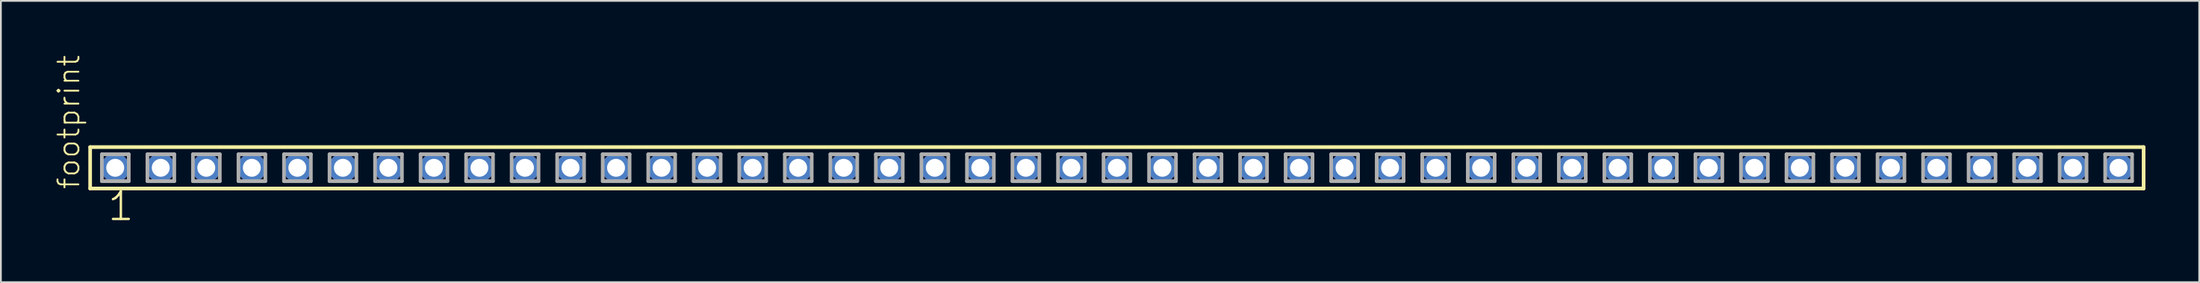
<source format=kicad_pcb>
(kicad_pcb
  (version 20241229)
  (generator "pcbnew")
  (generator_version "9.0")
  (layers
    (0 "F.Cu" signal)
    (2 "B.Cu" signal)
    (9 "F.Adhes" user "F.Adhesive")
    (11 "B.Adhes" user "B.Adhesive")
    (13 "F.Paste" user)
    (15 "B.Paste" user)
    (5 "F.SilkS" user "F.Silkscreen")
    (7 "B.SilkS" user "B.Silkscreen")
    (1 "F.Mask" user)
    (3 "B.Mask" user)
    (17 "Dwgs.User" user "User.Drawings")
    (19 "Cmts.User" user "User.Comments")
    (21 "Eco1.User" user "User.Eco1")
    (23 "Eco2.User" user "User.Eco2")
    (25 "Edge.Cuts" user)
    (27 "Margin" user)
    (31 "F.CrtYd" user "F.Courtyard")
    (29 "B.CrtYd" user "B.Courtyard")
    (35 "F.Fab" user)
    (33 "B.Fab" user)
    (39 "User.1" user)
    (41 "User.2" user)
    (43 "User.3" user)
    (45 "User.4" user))
  (footprint "footprint"
    (layer "F.Cu")
    (at 59.258 6.312)
    (property "Reference" "footprint" (at -57.785 1.27 90) (layer "F.SilkS") (effects (font (size 1.168 1.168) (thickness 0.102)) (justify left bottom)))
    (fp_line (start -57.279 -1.155) (end 57.279 -1.155) (stroke (width 0.203) (type solid)) (layer "F.SilkS"))
    (fp_line (start -57.279 1.155) (end -57.279 -1.155) (stroke (width 0.203) (type solid)) (layer "F.SilkS"))
    (fp_line (start 57.279 -1.155) (end 57.279 1.155) (stroke (width 0.203) (type solid)) (layer "F.SilkS"))
    (fp_line (start 57.279 1.155) (end -57.279 1.155) (stroke (width 0.203) (type solid)) (layer "F.SilkS"))
    (fp_line (start -56.625 -0.755) (end -55.125 -0.755) (stroke (width 0.203) (type solid)) (layer "F.Fab"))
    (fp_line (start -56.625 0.745) (end -56.625 -0.755) (stroke (width 0.203) (type solid)) (layer "F.Fab"))
    (fp_line (start -55.125 -0.755) (end -55.125 0.745) (stroke (width 0.203) (type solid)) (layer "F.Fab"))
    (fp_line (start -55.125 0.745) (end -56.625 0.745) (stroke (width 0.203) (type solid)) (layer "F.Fab"))
    (fp_line (start -54.085 -0.755) (end -52.585 -0.755) (stroke (width 0.203) (type solid)) (layer "F.Fab"))
    (fp_line (start -54.085 0.745) (end -54.085 -0.755) (stroke (width 0.203) (type solid)) (layer "F.Fab"))
    (fp_line (start -52.585 -0.755) (end -52.585 0.745) (stroke (width 0.203) (type solid)) (layer "F.Fab"))
    (fp_line (start -52.585 0.745) (end -54.085 0.745) (stroke (width 0.203) (type solid)) (layer "F.Fab"))
    (fp_line (start -51.545 -0.755) (end -50.045 -0.755) (stroke (width 0.203) (type solid)) (layer "F.Fab"))
    (fp_line (start -51.545 0.745) (end -51.545 -0.755) (stroke (width 0.203) (type solid)) (layer "F.Fab"))
    (fp_line (start -50.045 -0.755) (end -50.045 0.745) (stroke (width 0.203) (type solid)) (layer "F.Fab"))
    (fp_line (start -50.045 0.745) (end -51.545 0.745) (stroke (width 0.203) (type solid)) (layer "F.Fab"))
    (fp_line (start -49.005 -0.755) (end -47.505 -0.755) (stroke (width 0.203) (type solid)) (layer "F.Fab"))
    (fp_line (start -49.005 0.745) (end -49.005 -0.755) (stroke (width 0.203) (type solid)) (layer "F.Fab"))
    (fp_line (start -47.505 -0.755) (end -47.505 0.745) (stroke (width 0.203) (type solid)) (layer "F.Fab"))
    (fp_line (start -47.505 0.745) (end -49.005 0.745) (stroke (width 0.203) (type solid)) (layer "F.Fab"))
    (fp_line (start -46.465 -0.755) (end -44.965 -0.755) (stroke (width 0.203) (type solid)) (layer "F.Fab"))
    (fp_line (start -46.465 0.745) (end -46.465 -0.755) (stroke (width 0.203) (type solid)) (layer "F.Fab"))
    (fp_line (start -44.965 -0.755) (end -44.965 0.745) (stroke (width 0.203) (type solid)) (layer "F.Fab"))
    (fp_line (start -44.965 0.745) (end -46.465 0.745) (stroke (width 0.203) (type solid)) (layer "F.Fab"))
    (fp_line (start -43.925 -0.755) (end -42.425 -0.755) (stroke (width 0.203) (type solid)) (layer "F.Fab"))
    (fp_line (start -43.925 0.745) (end -43.925 -0.755) (stroke (width 0.203) (type solid)) (layer "F.Fab"))
    (fp_line (start -42.425 -0.755) (end -42.425 0.745) (stroke (width 0.203) (type solid)) (layer "F.Fab"))
    (fp_line (start -42.425 0.745) (end -43.925 0.745) (stroke (width 0.203) (type solid)) (layer "F.Fab"))
    (fp_line (start -41.385 -0.755) (end -39.885 -0.755) (stroke (width 0.203) (type solid)) (layer "F.Fab"))
    (fp_line (start -41.385 0.745) (end -41.385 -0.755) (stroke (width 0.203) (type solid)) (layer "F.Fab"))
    (fp_line (start -39.885 -0.755) (end -39.885 0.745) (stroke (width 0.203) (type solid)) (layer "F.Fab"))
    (fp_line (start -39.885 0.745) (end -41.385 0.745) (stroke (width 0.203) (type solid)) (layer "F.Fab"))
    (fp_line (start -38.845 -0.755) (end -37.345 -0.755) (stroke (width 0.203) (type solid)) (layer "F.Fab"))
    (fp_line (start -38.845 0.745) (end -38.845 -0.755) (stroke (width 0.203) (type solid)) (layer "F.Fab"))
    (fp_line (start -37.345 -0.755) (end -37.345 0.745) (stroke (width 0.203) (type solid)) (layer "F.Fab"))
    (fp_line (start -37.345 0.745) (end -38.845 0.745) (stroke (width 0.203) (type solid)) (layer "F.Fab"))
    (fp_line (start -36.305 -0.755) (end -34.805 -0.755) (stroke (width 0.203) (type solid)) (layer "F.Fab"))
    (fp_line (start -36.305 0.745) (end -36.305 -0.755) (stroke (width 0.203) (type solid)) (layer "F.Fab"))
    (fp_line (start -34.805 -0.755) (end -34.805 0.745) (stroke (width 0.203) (type solid)) (layer "F.Fab"))
    (fp_line (start -34.805 0.745) (end -36.305 0.745) (stroke (width 0.203) (type solid)) (layer "F.Fab"))
    (fp_line (start -33.765 -0.755) (end -32.265 -0.755) (stroke (width 0.203) (type solid)) (layer "F.Fab"))
    (fp_line (start -33.765 0.745) (end -33.765 -0.755) (stroke (width 0.203) (type solid)) (layer "F.Fab"))
    (fp_line (start -32.265 -0.755) (end -32.265 0.745) (stroke (width 0.203) (type solid)) (layer "F.Fab"))
    (fp_line (start -32.265 0.745) (end -33.765 0.745) (stroke (width 0.203) (type solid)) (layer "F.Fab"))
    (fp_line (start -31.225 -0.755) (end -29.725 -0.755) (stroke (width 0.203) (type solid)) (layer "F.Fab"))
    (fp_line (start -31.225 0.745) (end -31.225 -0.755) (stroke (width 0.203) (type solid)) (layer "F.Fab"))
    (fp_line (start -29.725 -0.755) (end -29.725 0.745) (stroke (width 0.203) (type solid)) (layer "F.Fab"))
    (fp_line (start -29.725 0.745) (end -31.225 0.745) (stroke (width 0.203) (type solid)) (layer "F.Fab"))
    (fp_line (start -28.685 -0.755) (end -27.185 -0.755) (stroke (width 0.203) (type solid)) (layer "F.Fab"))
    (fp_line (start -28.685 0.745) (end -28.685 -0.755) (stroke (width 0.203) (type solid)) (layer "F.Fab"))
    (fp_line (start -27.185 -0.755) (end -27.185 0.745) (stroke (width 0.203) (type solid)) (layer "F.Fab"))
    (fp_line (start -27.185 0.745) (end -28.685 0.745) (stroke (width 0.203) (type solid)) (layer "F.Fab"))
    (fp_line (start -26.145 -0.755) (end -24.645 -0.755) (stroke (width 0.203) (type solid)) (layer "F.Fab"))
    (fp_line (start -26.145 0.745) (end -26.145 -0.755) (stroke (width 0.203) (type solid)) (layer "F.Fab"))
    (fp_line (start -24.645 -0.755) (end -24.645 0.745) (stroke (width 0.203) (type solid)) (layer "F.Fab"))
    (fp_line (start -24.645 0.745) (end -26.145 0.745) (stroke (width 0.203) (type solid)) (layer "F.Fab"))
    (fp_line (start -23.605 -0.755) (end -22.105 -0.755) (stroke (width 0.203) (type solid)) (layer "F.Fab"))
    (fp_line (start -23.605 0.745) (end -23.605 -0.755) (stroke (width 0.203) (type solid)) (layer "F.Fab"))
    (fp_line (start -22.105 -0.755) (end -22.105 0.745) (stroke (width 0.203) (type solid)) (layer "F.Fab"))
    (fp_line (start -22.105 0.745) (end -23.605 0.745) (stroke (width 0.203) (type solid)) (layer "F.Fab"))
    (fp_line (start -21.065 -0.755) (end -19.565 -0.755) (stroke (width 0.203) (type solid)) (layer "F.Fab"))
    (fp_line (start -21.065 0.745) (end -21.065 -0.755) (stroke (width 0.203) (type solid)) (layer "F.Fab"))
    (fp_line (start -19.565 -0.755) (end -19.565 0.745) (stroke (width 0.203) (type solid)) (layer "F.Fab"))
    (fp_line (start -19.565 0.745) (end -21.065 0.745) (stroke (width 0.203) (type solid)) (layer "F.Fab"))
    (fp_line (start -18.525 -0.755) (end -17.025 -0.755) (stroke (width 0.203) (type solid)) (layer "F.Fab"))
    (fp_line (start -18.525 0.745) (end -18.525 -0.755) (stroke (width 0.203) (type solid)) (layer "F.Fab"))
    (fp_line (start -17.025 -0.755) (end -17.025 0.745) (stroke (width 0.203) (type solid)) (layer "F.Fab"))
    (fp_line (start -17.025 0.745) (end -18.525 0.745) (stroke (width 0.203) (type solid)) (layer "F.Fab"))
    (fp_line (start -15.985 -0.755) (end -14.485 -0.755) (stroke (width 0.203) (type solid)) (layer "F.Fab"))
    (fp_line (start -15.985 0.745) (end -15.985 -0.755) (stroke (width 0.203) (type solid)) (layer "F.Fab"))
    (fp_line (start -14.485 -0.755) (end -14.485 0.745) (stroke (width 0.203) (type solid)) (layer "F.Fab"))
    (fp_line (start -14.485 0.745) (end -15.985 0.745) (stroke (width 0.203) (type solid)) (layer "F.Fab"))
    (fp_line (start -13.445 -0.755) (end -11.945 -0.755) (stroke (width 0.203) (type solid)) (layer "F.Fab"))
    (fp_line (start -13.445 0.745) (end -13.445 -0.755) (stroke (width 0.203) (type solid)) (layer "F.Fab"))
    (fp_line (start -11.945 -0.755) (end -11.945 0.745) (stroke (width 0.203) (type solid)) (layer "F.Fab"))
    (fp_line (start -11.945 0.745) (end -13.445 0.745) (stroke (width 0.203) (type solid)) (layer "F.Fab"))
    (fp_line (start -10.905 -0.755) (end -9.405 -0.755) (stroke (width 0.203) (type solid)) (layer "F.Fab"))
    (fp_line (start -10.905 0.745) (end -10.905 -0.755) (stroke (width 0.203) (type solid)) (layer "F.Fab"))
    (fp_line (start -9.405 -0.755) (end -9.405 0.745) (stroke (width 0.203) (type solid)) (layer "F.Fab"))
    (fp_line (start -9.405 0.745) (end -10.905 0.745) (stroke (width 0.203) (type solid)) (layer "F.Fab"))
    (fp_line (start -8.365 -0.755) (end -6.865 -0.755) (stroke (width 0.203) (type solid)) (layer "F.Fab"))
    (fp_line (start -8.365 0.745) (end -8.365 -0.755) (stroke (width 0.203) (type solid)) (layer "F.Fab"))
    (fp_line (start -6.865 -0.755) (end -6.865 0.745) (stroke (width 0.203) (type solid)) (layer "F.Fab"))
    (fp_line (start -6.865 0.745) (end -8.365 0.745) (stroke (width 0.203) (type solid)) (layer "F.Fab"))
    (fp_line (start -5.825 -0.755) (end -4.325 -0.755) (stroke (width 0.203) (type solid)) (layer "F.Fab"))
    (fp_line (start -5.825 0.745) (end -5.825 -0.755) (stroke (width 0.203) (type solid)) (layer "F.Fab"))
    (fp_line (start -4.325 -0.755) (end -4.325 0.745) (stroke (width 0.203) (type solid)) (layer "F.Fab"))
    (fp_line (start -4.325 0.745) (end -5.825 0.745) (stroke (width 0.203) (type solid)) (layer "F.Fab"))
    (fp_line (start -3.285 -0.755) (end -1.785 -0.755) (stroke (width 0.203) (type solid)) (layer "F.Fab"))
    (fp_line (start -3.285 0.745) (end -3.285 -0.755) (stroke (width 0.203) (type solid)) (layer "F.Fab"))
    (fp_line (start -1.785 -0.755) (end -1.785 0.745) (stroke (width 0.203) (type solid)) (layer "F.Fab"))
    (fp_line (start -1.785 0.745) (end -3.285 0.745) (stroke (width 0.203) (type solid)) (layer "F.Fab"))
    (fp_line (start -0.745 -0.755) (end 0.755 -0.755) (stroke (width 0.203) (type solid)) (layer "F.Fab"))
    (fp_line (start -0.745 0.745) (end -0.745 -0.755) (stroke (width 0.203) (type solid)) (layer "F.Fab"))
    (fp_line (start 0.755 -0.755) (end 0.755 0.745) (stroke (width 0.203) (type solid)) (layer "F.Fab"))
    (fp_line (start 0.755 0.745) (end -0.745 0.745) (stroke (width 0.203) (type solid)) (layer "F.Fab"))
    (fp_line (start 1.795 -0.755) (end 3.295 -0.755) (stroke (width 0.203) (type solid)) (layer "F.Fab"))
    (fp_line (start 1.795 0.745) (end 1.795 -0.755) (stroke (width 0.203) (type solid)) (layer "F.Fab"))
    (fp_line (start 3.295 -0.755) (end 3.295 0.745) (stroke (width 0.203) (type solid)) (layer "F.Fab"))
    (fp_line (start 3.295 0.745) (end 1.795 0.745) (stroke (width 0.203) (type solid)) (layer "F.Fab"))
    (fp_line (start 4.335 -0.755) (end 5.835 -0.755) (stroke (width 0.203) (type solid)) (layer "F.Fab"))
    (fp_line (start 4.335 0.745) (end 4.335 -0.755) (stroke (width 0.203) (type solid)) (layer "F.Fab"))
    (fp_line (start 5.835 -0.755) (end 5.835 0.745) (stroke (width 0.203) (type solid)) (layer "F.Fab"))
    (fp_line (start 5.835 0.745) (end 4.335 0.745) (stroke (width 0.203) (type solid)) (layer "F.Fab"))
    (fp_line (start 6.875 -0.755) (end 8.375 -0.755) (stroke (width 0.203) (type solid)) (layer "F.Fab"))
    (fp_line (start 6.875 0.745) (end 6.875 -0.755) (stroke (width 0.203) (type solid)) (layer "F.Fab"))
    (fp_line (start 8.375 -0.755) (end 8.375 0.745) (stroke (width 0.203) (type solid)) (layer "F.Fab"))
    (fp_line (start 8.375 0.745) (end 6.875 0.745) (stroke (width 0.203) (type solid)) (layer "F.Fab"))
    (fp_line (start 9.415 -0.755) (end 10.915 -0.755) (stroke (width 0.203) (type solid)) (layer "F.Fab"))
    (fp_line (start 9.415 0.745) (end 9.415 -0.755) (stroke (width 0.203) (type solid)) (layer "F.Fab"))
    (fp_line (start 10.915 -0.755) (end 10.915 0.745) (stroke (width 0.203) (type solid)) (layer "F.Fab"))
    (fp_line (start 10.915 0.745) (end 9.415 0.745) (stroke (width 0.203) (type solid)) (layer "F.Fab"))
    (fp_line (start 11.955 -0.755) (end 13.455 -0.755) (stroke (width 0.203) (type solid)) (layer "F.Fab"))
    (fp_line (start 11.955 0.745) (end 11.955 -0.755) (stroke (width 0.203) (type solid)) (layer "F.Fab"))
    (fp_line (start 13.455 -0.755) (end 13.455 0.745) (stroke (width 0.203) (type solid)) (layer "F.Fab"))
    (fp_line (start 13.455 0.745) (end 11.955 0.745) (stroke (width 0.203) (type solid)) (layer "F.Fab"))
    (fp_line (start 14.495 -0.755) (end 15.995 -0.755) (stroke (width 0.203) (type solid)) (layer "F.Fab"))
    (fp_line (start 14.495 0.745) (end 14.495 -0.755) (stroke (width 0.203) (type solid)) (layer "F.Fab"))
    (fp_line (start 15.995 -0.755) (end 15.995 0.745) (stroke (width 0.203) (type solid)) (layer "F.Fab"))
    (fp_line (start 15.995 0.745) (end 14.495 0.745) (stroke (width 0.203) (type solid)) (layer "F.Fab"))
    (fp_line (start 17.035 -0.755) (end 18.535 -0.755) (stroke (width 0.203) (type solid)) (layer "F.Fab"))
    (fp_line (start 17.035 0.745) (end 17.035 -0.755) (stroke (width 0.203) (type solid)) (layer "F.Fab"))
    (fp_line (start 18.535 -0.755) (end 18.535 0.745) (stroke (width 0.203) (type solid)) (layer "F.Fab"))
    (fp_line (start 18.535 0.745) (end 17.035 0.745) (stroke (width 0.203) (type solid)) (layer "F.Fab"))
    (fp_line (start 19.575 -0.755) (end 21.075 -0.755) (stroke (width 0.203) (type solid)) (layer "F.Fab"))
    (fp_line (start 19.575 0.745) (end 19.575 -0.755) (stroke (width 0.203) (type solid)) (layer "F.Fab"))
    (fp_line (start 21.075 -0.755) (end 21.075 0.745) (stroke (width 0.203) (type solid)) (layer "F.Fab"))
    (fp_line (start 21.075 0.745) (end 19.575 0.745) (stroke (width 0.203) (type solid)) (layer "F.Fab"))
    (fp_line (start 22.115 -0.755) (end 23.615 -0.755) (stroke (width 0.203) (type solid)) (layer "F.Fab"))
    (fp_line (start 22.115 0.745) (end 22.115 -0.755) (stroke (width 0.203) (type solid)) (layer "F.Fab"))
    (fp_line (start 23.615 -0.755) (end 23.615 0.745) (stroke (width 0.203) (type solid)) (layer "F.Fab"))
    (fp_line (start 23.615 0.745) (end 22.115 0.745) (stroke (width 0.203) (type solid)) (layer "F.Fab"))
    (fp_line (start 24.655 -0.755) (end 26.155 -0.755) (stroke (width 0.203) (type solid)) (layer "F.Fab"))
    (fp_line (start 24.655 0.745) (end 24.655 -0.755) (stroke (width 0.203) (type solid)) (layer "F.Fab"))
    (fp_line (start 26.155 -0.755) (end 26.155 0.745) (stroke (width 0.203) (type solid)) (layer "F.Fab"))
    (fp_line (start 26.155 0.745) (end 24.655 0.745) (stroke (width 0.203) (type solid)) (layer "F.Fab"))
    (fp_line (start 27.195 -0.755) (end 28.695 -0.755) (stroke (width 0.203) (type solid)) (layer "F.Fab"))
    (fp_line (start 27.195 0.745) (end 27.195 -0.755) (stroke (width 0.203) (type solid)) (layer "F.Fab"))
    (fp_line (start 28.695 -0.755) (end 28.695 0.745) (stroke (width 0.203) (type solid)) (layer "F.Fab"))
    (fp_line (start 28.695 0.745) (end 27.195 0.745) (stroke (width 0.203) (type solid)) (layer "F.Fab"))
    (fp_line (start 29.735 -0.755) (end 31.235 -0.755) (stroke (width 0.203) (type solid)) (layer "F.Fab"))
    (fp_line (start 29.735 0.745) (end 29.735 -0.755) (stroke (width 0.203) (type solid)) (layer "F.Fab"))
    (fp_line (start 31.235 -0.755) (end 31.235 0.745) (stroke (width 0.203) (type solid)) (layer "F.Fab"))
    (fp_line (start 31.235 0.745) (end 29.735 0.745) (stroke (width 0.203) (type solid)) (layer "F.Fab"))
    (fp_line (start 32.275 -0.755) (end 33.775 -0.755) (stroke (width 0.203) (type solid)) (layer "F.Fab"))
    (fp_line (start 32.275 0.745) (end 32.275 -0.755) (stroke (width 0.203) (type solid)) (layer "F.Fab"))
    (fp_line (start 33.775 -0.755) (end 33.775 0.745) (stroke (width 0.203) (type solid)) (layer "F.Fab"))
    (fp_line (start 33.775 0.745) (end 32.275 0.745) (stroke (width 0.203) (type solid)) (layer "F.Fab"))
    (fp_line (start 34.815 -0.755) (end 36.315 -0.755) (stroke (width 0.203) (type solid)) (layer "F.Fab"))
    (fp_line (start 34.815 0.745) (end 34.815 -0.755) (stroke (width 0.203) (type solid)) (layer "F.Fab"))
    (fp_line (start 36.315 -0.755) (end 36.315 0.745) (stroke (width 0.203) (type solid)) (layer "F.Fab"))
    (fp_line (start 36.315 0.745) (end 34.815 0.745) (stroke (width 0.203) (type solid)) (layer "F.Fab"))
    (fp_line (start 37.355 -0.755) (end 38.855 -0.755) (stroke (width 0.203) (type solid)) (layer "F.Fab"))
    (fp_line (start 37.355 0.745) (end 37.355 -0.755) (stroke (width 0.203) (type solid)) (layer "F.Fab"))
    (fp_line (start 38.855 -0.755) (end 38.855 0.745) (stroke (width 0.203) (type solid)) (layer "F.Fab"))
    (fp_line (start 38.855 0.745) (end 37.355 0.745) (stroke (width 0.203) (type solid)) (layer "F.Fab"))
    (fp_line (start 39.895 -0.755) (end 41.395 -0.755) (stroke (width 0.203) (type solid)) (layer "F.Fab"))
    (fp_line (start 39.895 0.745) (end 39.895 -0.755) (stroke (width 0.203) (type solid)) (layer "F.Fab"))
    (fp_line (start 41.395 -0.755) (end 41.395 0.745) (stroke (width 0.203) (type solid)) (layer "F.Fab"))
    (fp_line (start 41.395 0.745) (end 39.895 0.745) (stroke (width 0.203) (type solid)) (layer "F.Fab"))
    (fp_line (start 42.435 -0.755) (end 43.935 -0.755) (stroke (width 0.203) (type solid)) (layer "F.Fab"))
    (fp_line (start 42.435 0.745) (end 42.435 -0.755) (stroke (width 0.203) (type solid)) (layer "F.Fab"))
    (fp_line (start 43.935 -0.755) (end 43.935 0.745) (stroke (width 0.203) (type solid)) (layer "F.Fab"))
    (fp_line (start 43.935 0.745) (end 42.435 0.745) (stroke (width 0.203) (type solid)) (layer "F.Fab"))
    (fp_line (start 44.975 -0.755) (end 46.475 -0.755) (stroke (width 0.203) (type solid)) (layer "F.Fab"))
    (fp_line (start 44.975 0.745) (end 44.975 -0.755) (stroke (width 0.203) (type solid)) (layer "F.Fab"))
    (fp_line (start 46.475 -0.755) (end 46.475 0.745) (stroke (width 0.203) (type solid)) (layer "F.Fab"))
    (fp_line (start 46.475 0.745) (end 44.975 0.745) (stroke (width 0.203) (type solid)) (layer "F.Fab"))
    (fp_line (start 47.515 -0.755) (end 49.015 -0.755) (stroke (width 0.203) (type solid)) (layer "F.Fab"))
    (fp_line (start 47.515 0.745) (end 47.515 -0.755) (stroke (width 0.203) (type solid)) (layer "F.Fab"))
    (fp_line (start 49.015 -0.755) (end 49.015 0.745) (stroke (width 0.203) (type solid)) (layer "F.Fab"))
    (fp_line (start 49.015 0.745) (end 47.515 0.745) (stroke (width 0.203) (type solid)) (layer "F.Fab"))
    (fp_line (start 50.055 -0.755) (end 51.555 -0.755) (stroke (width 0.203) (type solid)) (layer "F.Fab"))
    (fp_line (start 50.055 0.745) (end 50.055 -0.755) (stroke (width 0.203) (type solid)) (layer "F.Fab"))
    (fp_line (start 51.555 -0.755) (end 51.555 0.745) (stroke (width 0.203) (type solid)) (layer "F.Fab"))
    (fp_line (start 51.555 0.745) (end 50.055 0.745) (stroke (width 0.203) (type solid)) (layer "F.Fab"))
    (fp_line (start 52.595 -0.755) (end 54.095 -0.755) (stroke (width 0.203) (type solid)) (layer "F.Fab"))
    (fp_line (start 52.595 0.745) (end 52.595 -0.755) (stroke (width 0.203) (type solid)) (layer "F.Fab"))
    (fp_line (start 54.095 -0.755) (end 54.095 0.745) (stroke (width 0.203) (type solid)) (layer "F.Fab"))
    (fp_line (start 54.095 0.745) (end 52.595 0.745) (stroke (width 0.203) (type solid)) (layer "F.Fab"))
    (fp_line (start 55.135 -0.755) (end 56.635 -0.755) (stroke (width 0.203) (type solid)) (layer "F.Fab"))
    (fp_line (start 55.135 0.745) (end 55.135 -0.755) (stroke (width 0.203) (type solid)) (layer "F.Fab"))
    (fp_line (start 56.635 -0.755) (end 56.635 0.745) (stroke (width 0.203) (type solid)) (layer "F.Fab"))
    (fp_line (start 56.635 0.745) (end 55.135 0.745) (stroke (width 0.203) (type solid)) (layer "F.Fab"))
    (fp_text user "1" (at -56.388 3.048 0) (layer "F.SilkS") (effects (font (size 1.542 1.542) (thickness 0.134)) (justify left bottom)))
    (pad "1" thru_hole roundrect (at -55.88 0) (size 1.5 1.5) (drill 1) (layers "*.Cu" "*.Mask") (roundrect_rratio 0.25) (chamfer_ratio 0.25) (chamfer top_left top_right bottom_left bottom_right))
    (pad "2" thru_hole roundrect (at -53.34 0) (size 1.5 1.5) (drill 1) (layers "*.Cu" "*.Mask") (roundrect_rratio 0.25) (chamfer_ratio 0.25) (chamfer top_left top_right bottom_left bottom_right))
    (pad "3" thru_hole roundrect (at -50.8 0) (size 1.5 1.5) (drill 1) (layers "*.Cu" "*.Mask") (roundrect_rratio 0.25) (chamfer_ratio 0.25) (chamfer top_left top_right bottom_left bottom_right))
    (pad "4" thru_hole roundrect (at -48.26 0) (size 1.5 1.5) (drill 1) (layers "*.Cu" "*.Mask") (roundrect_rratio 0.25) (chamfer_ratio 0.25) (chamfer top_left top_right bottom_left bottom_right))
    (pad "5" thru_hole roundrect (at -45.72 0) (size 1.5 1.5) (drill 1) (layers "*.Cu" "*.Mask") (roundrect_rratio 0.25) (chamfer_ratio 0.25) (chamfer top_left top_right bottom_left bottom_right))
    (pad "6" thru_hole roundrect (at -43.18 0) (size 1.5 1.5) (drill 1) (layers "*.Cu" "*.Mask") (roundrect_rratio 0.25) (chamfer_ratio 0.25) (chamfer top_left top_right bottom_left bottom_right))
    (pad "7" thru_hole roundrect (at -40.64 0) (size 1.5 1.5) (drill 1) (layers "*.Cu" "*.Mask") (roundrect_rratio 0.25) (chamfer_ratio 0.25) (chamfer top_left top_right bottom_left bottom_right))
    (pad "8" thru_hole roundrect (at -38.1 0) (size 1.5 1.5) (drill 1) (layers "*.Cu" "*.Mask") (roundrect_rratio 0.25) (chamfer_ratio 0.25) (chamfer top_left top_right bottom_left bottom_right))
    (pad "9" thru_hole roundrect (at -35.56 0) (size 1.5 1.5) (drill 1) (layers "*.Cu" "*.Mask") (roundrect_rratio 0.25) (chamfer_ratio 0.25) (chamfer top_left top_right bottom_left bottom_right))
    (pad "10" thru_hole roundrect (at -33.02 0) (size 1.5 1.5) (drill 1) (layers "*.Cu" "*.Mask") (roundrect_rratio 0.25) (chamfer_ratio 0.25) (chamfer top_left top_right bottom_left bottom_right))
    (pad "11" thru_hole roundrect (at -30.48 0) (size 1.5 1.5) (drill 1) (layers "*.Cu" "*.Mask") (roundrect_rratio 0.25) (chamfer_ratio 0.25) (chamfer top_left top_right bottom_left bottom_right))
    (pad "12" thru_hole roundrect (at -27.94 0) (size 1.5 1.5) (drill 1) (layers "*.Cu" "*.Mask") (roundrect_rratio 0.25) (chamfer_ratio 0.25) (chamfer top_left top_right bottom_left bottom_right))
    (pad "13" thru_hole roundrect (at -25.4 0) (size 1.5 1.5) (drill 1) (layers "*.Cu" "*.Mask") (roundrect_rratio 0.25) (chamfer_ratio 0.25) (chamfer top_left top_right bottom_left bottom_right))
    (pad "14" thru_hole roundrect (at -22.86 0) (size 1.5 1.5) (drill 1) (layers "*.Cu" "*.Mask") (roundrect_rratio 0.25) (chamfer_ratio 0.25) (chamfer top_left top_right bottom_left bottom_right))
    (pad "15" thru_hole roundrect (at -20.32 0) (size 1.5 1.5) (drill 1) (layers "*.Cu" "*.Mask") (roundrect_rratio 0.25) (chamfer_ratio 0.25) (chamfer top_left top_right bottom_left bottom_right))
    (pad "16" thru_hole roundrect (at -17.78 0) (size 1.5 1.5) (drill 1) (layers "*.Cu" "*.Mask") (roundrect_rratio 0.25) (chamfer_ratio 0.25) (chamfer top_left top_right bottom_left bottom_right))
    (pad "17" thru_hole roundrect (at -15.24 0) (size 1.5 1.5) (drill 1) (layers "*.Cu" "*.Mask") (roundrect_rratio 0.25) (chamfer_ratio 0.25) (chamfer top_left top_right bottom_left bottom_right))
    (pad "18" thru_hole roundrect (at -12.7 0) (size 1.5 1.5) (drill 1) (layers "*.Cu" "*.Mask") (roundrect_rratio 0.25) (chamfer_ratio 0.25) (chamfer top_left top_right bottom_left bottom_right))
    (pad "19" thru_hole roundrect (at -10.16 0) (size 1.5 1.5) (drill 1) (layers "*.Cu" "*.Mask") (roundrect_rratio 0.25) (chamfer_ratio 0.25) (chamfer top_left top_right bottom_left bottom_right))
    (pad "20" thru_hole roundrect (at -7.62 0) (size 1.5 1.5) (drill 1) (layers "*.Cu" "*.Mask") (roundrect_rratio 0.25) (chamfer_ratio 0.25) (chamfer top_left top_right bottom_left bottom_right))
    (pad "21" thru_hole roundrect (at -5.08 0) (size 1.5 1.5) (drill 1) (layers "*.Cu" "*.Mask") (roundrect_rratio 0.25) (chamfer_ratio 0.25) (chamfer top_left top_right bottom_left bottom_right))
    (pad "22" thru_hole roundrect (at -2.54 0) (size 1.5 1.5) (drill 1) (layers "*.Cu" "*.Mask") (roundrect_rratio 0.25) (chamfer_ratio 0.25) (chamfer top_left top_right bottom_left bottom_right))
    (pad "23" thru_hole roundrect (at 0 0) (size 1.5 1.5) (drill 1) (layers "*.Cu" "*.Mask") (roundrect_rratio 0.25) (chamfer_ratio 0.25) (chamfer top_left top_right bottom_left bottom_right))
    (pad "24" thru_hole roundrect (at 2.54 0) (size 1.5 1.5) (drill 1) (layers "*.Cu" "*.Mask") (roundrect_rratio 0.25) (chamfer_ratio 0.25) (chamfer top_left top_right bottom_left bottom_right))
    (pad "25" thru_hole roundrect (at 5.08 0) (size 1.5 1.5) (drill 1) (layers "*.Cu" "*.Mask") (roundrect_rratio 0.25) (chamfer_ratio 0.25) (chamfer top_left top_right bottom_left bottom_right))
    (pad "26" thru_hole roundrect (at 7.62 0) (size 1.5 1.5) (drill 1) (layers "*.Cu" "*.Mask") (roundrect_rratio 0.25) (chamfer_ratio 0.25) (chamfer top_left top_right bottom_left bottom_right))
    (pad "27" thru_hole roundrect (at 10.16 0) (size 1.5 1.5) (drill 1) (layers "*.Cu" "*.Mask") (roundrect_rratio 0.25) (chamfer_ratio 0.25) (chamfer top_left top_right bottom_left bottom_right))
    (pad "28" thru_hole roundrect (at 12.7 0) (size 1.5 1.5) (drill 1) (layers "*.Cu" "*.Mask") (roundrect_rratio 0.25) (chamfer_ratio 0.25) (chamfer top_left top_right bottom_left bottom_right))
    (pad "29" thru_hole roundrect (at 15.24 0) (size 1.5 1.5) (drill 1) (layers "*.Cu" "*.Mask") (roundrect_rratio 0.25) (chamfer_ratio 0.25) (chamfer top_left top_right bottom_left bottom_right))
    (pad "30" thru_hole roundrect (at 17.78 0) (size 1.5 1.5) (drill 1) (layers "*.Cu" "*.Mask") (roundrect_rratio 0.25) (chamfer_ratio 0.25) (chamfer top_left top_right bottom_left bottom_right))
    (pad "31" thru_hole roundrect (at 20.32 0) (size 1.5 1.5) (drill 1) (layers "*.Cu" "*.Mask") (roundrect_rratio 0.25) (chamfer_ratio 0.25) (chamfer top_left top_right bottom_left bottom_right))
    (pad "32" thru_hole roundrect (at 22.86 0) (size 1.5 1.5) (drill 1) (layers "*.Cu" "*.Mask") (roundrect_rratio 0.25) (chamfer_ratio 0.25) (chamfer top_left top_right bottom_left bottom_right))
    (pad "33" thru_hole roundrect (at 25.4 0) (size 1.5 1.5) (drill 1) (layers "*.Cu" "*.Mask") (roundrect_rratio 0.25) (chamfer_ratio 0.25) (chamfer top_left top_right bottom_left bottom_right))
    (pad "34" thru_hole roundrect (at 27.94 0) (size 1.5 1.5) (drill 1) (layers "*.Cu" "*.Mask") (roundrect_rratio 0.25) (chamfer_ratio 0.25) (chamfer top_left top_right bottom_left bottom_right))
    (pad "35" thru_hole roundrect (at 30.48 0) (size 1.5 1.5) (drill 1) (layers "*.Cu" "*.Mask") (roundrect_rratio 0.25) (chamfer_ratio 0.25) (chamfer top_left top_right bottom_left bottom_right))
    (pad "36" thru_hole roundrect (at 33.02 0) (size 1.5 1.5) (drill 1) (layers "*.Cu" "*.Mask") (roundrect_rratio 0.25) (chamfer_ratio 0.25) (chamfer top_left top_right bottom_left bottom_right))
    (pad "37" thru_hole roundrect (at 35.56 0) (size 1.5 1.5) (drill 1) (layers "*.Cu" "*.Mask") (roundrect_rratio 0.25) (chamfer_ratio 0.25) (chamfer top_left top_right bottom_left bottom_right))
    (pad "38" thru_hole roundrect (at 38.1 0) (size 1.5 1.5) (drill 1) (layers "*.Cu" "*.Mask") (roundrect_rratio 0.25) (chamfer_ratio 0.25) (chamfer top_left top_right bottom_left bottom_right))
    (pad "39" thru_hole roundrect (at 40.64 0) (size 1.5 1.5) (drill 1) (layers "*.Cu" "*.Mask") (roundrect_rratio 0.25) (chamfer_ratio 0.25) (chamfer top_left top_right bottom_left bottom_right))
    (pad "40" thru_hole roundrect (at 43.18 0) (size 1.5 1.5) (drill 1) (layers "*.Cu" "*.Mask") (roundrect_rratio 0.25) (chamfer_ratio 0.25) (chamfer top_left top_right bottom_left bottom_right))
    (pad "41" thru_hole roundrect (at 45.72 0) (size 1.5 1.5) (drill 1) (layers "*.Cu" "*.Mask") (roundrect_rratio 0.25) (chamfer_ratio 0.25) (chamfer top_left top_right bottom_left bottom_right))
    (pad "42" thru_hole roundrect (at 48.26 0) (size 1.5 1.5) (drill 1) (layers "*.Cu" "*.Mask") (roundrect_rratio 0.25) (chamfer_ratio 0.25) (chamfer top_left top_right bottom_left bottom_right))
    (pad "43" thru_hole roundrect (at 50.8 0) (size 1.5 1.5) (drill 1) (layers "*.Cu" "*.Mask") (roundrect_rratio 0.25) (chamfer_ratio 0.25) (chamfer top_left top_right bottom_left bottom_right))
    (pad "44" thru_hole roundrect (at 53.34 0) (size 1.5 1.5) (drill 1) (layers "*.Cu" "*.Mask") (roundrect_rratio 0.25) (chamfer_ratio 0.25) (chamfer top_left top_right bottom_left bottom_right))
    (pad "45" thru_hole roundrect (at 55.88 0) (size 1.5 1.5) (drill 1) (layers "*.Cu" "*.Mask") (roundrect_rratio 0.25) (chamfer_ratio 0.25) (chamfer top_left top_right bottom_left bottom_right)))
  (gr_rect
    (start -3 -3)
    (end 119.639 12.691)
    (stroke (width 0.1) (type default))
    (fill no)
    (layer "Edge.Cuts")))
</source>
